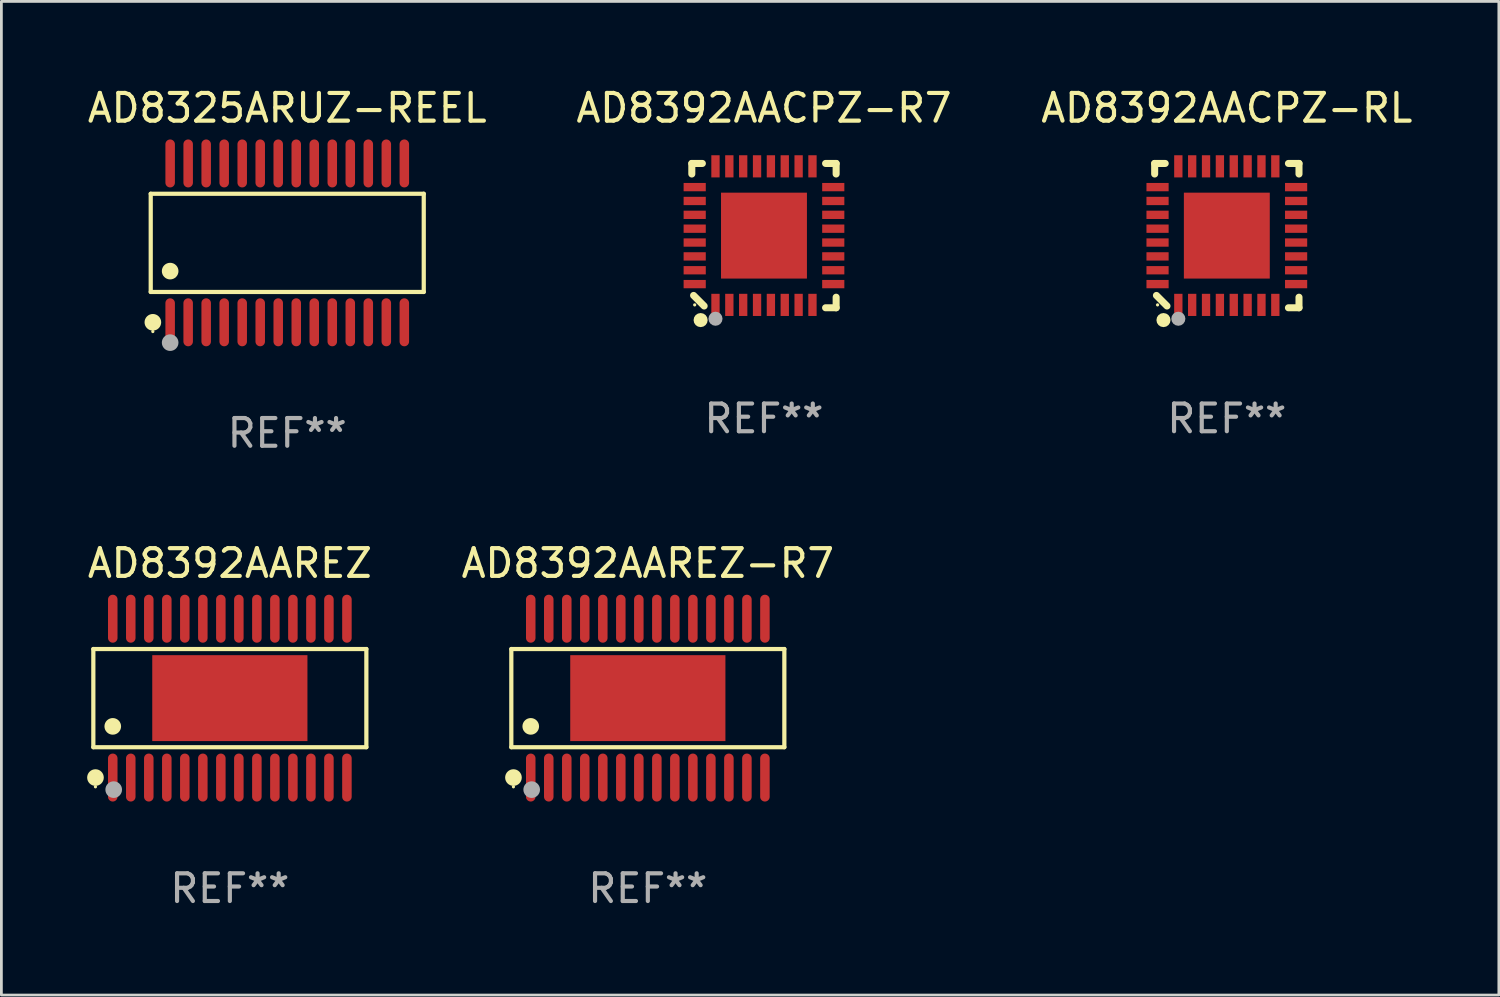
<source format=kicad_pcb>
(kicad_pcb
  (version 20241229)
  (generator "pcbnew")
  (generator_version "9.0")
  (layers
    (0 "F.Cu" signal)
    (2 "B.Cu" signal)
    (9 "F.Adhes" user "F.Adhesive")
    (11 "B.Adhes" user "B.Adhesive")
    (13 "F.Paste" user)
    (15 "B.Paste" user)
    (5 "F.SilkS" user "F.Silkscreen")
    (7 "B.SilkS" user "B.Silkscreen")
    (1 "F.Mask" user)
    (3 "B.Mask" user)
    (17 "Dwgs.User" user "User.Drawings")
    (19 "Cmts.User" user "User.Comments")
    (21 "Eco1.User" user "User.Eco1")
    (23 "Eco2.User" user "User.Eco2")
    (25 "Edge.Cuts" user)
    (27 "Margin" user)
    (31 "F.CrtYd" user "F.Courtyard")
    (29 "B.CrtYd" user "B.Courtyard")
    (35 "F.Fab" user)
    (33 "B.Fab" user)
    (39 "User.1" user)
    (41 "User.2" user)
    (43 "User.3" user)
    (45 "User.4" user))
  (footprint "AD8392AACPZ-RL"
    (layer "F.Cu")
    (at 41.22 5.452)
    (property "Reference" "AD8392AACPZ-RL" (at 0 -4.604 0) (layer "F.SilkS") (effects (font (size 1 1) (thickness 0.15))))
    (attr through_hole)
    (fp_line (start -2.604 -2.604) (end -2.604 -2.223) (stroke (width 0.254) (type solid)) (layer "F.SilkS"))
    (fp_line (start -2.54 2.159) (end -2.159 2.54) (stroke (width 0.254) (type solid)) (layer "F.SilkS"))
    (fp_line (start -2.223 -2.604) (end -2.604 -2.604) (stroke (width 0.254) (type solid)) (layer "F.SilkS"))
    (fp_line (start 2.223 2.604) (end 2.604 2.604) (stroke (width 0.254) (type solid)) (layer "F.SilkS"))
    (fp_line (start 2.604 -2.604) (end 2.223 -2.604) (stroke (width 0.254) (type solid)) (layer "F.SilkS"))
    (fp_line (start 2.604 -2.223) (end 2.604 -2.604) (stroke (width 0.254) (type solid)) (layer "F.SilkS"))
    (fp_line (start 2.604 2.604) (end 2.604 2.223) (stroke (width 0.254) (type solid)) (layer "F.SilkS"))
    (fp_circle (center -2.5 2.5) (end -2.47 2.5) (stroke (width 0.06) (type solid)) (fill no) (layer "F.SilkS"))
    (fp_circle (center -2.286 3.048) (end -2.159 3.048) (stroke (width 0.254) (type solid)) (fill no) (layer "F.SilkS"))
    (fp_circle (center -1.75 3) (end -1.623 3) (stroke (width 0.254) (type solid)) (fill no) (layer "F.Fab"))
    (fp_text user "REF**" (at 0 6.604 0) (layer "F.Fab") (effects (font (size 1 1) (thickness 0.15))))
    (pad "1" smd rect (at -1.75 2.5) (size 0.3 0.8) (layers "F.Cu" "F.Mask" "F.Paste"))
    (pad "2" smd rect (at -1.25 2.5) (size 0.3 0.8) (layers "F.Cu" "F.Mask" "F.Paste"))
    (pad "3" smd rect (at -0.75 2.5) (size 0.3 0.8) (layers "F.Cu" "F.Mask" "F.Paste"))
    (pad "4" smd rect (at -0.25 2.5) (size 0.3 0.8) (layers "F.Cu" "F.Mask" "F.Paste"))
    (pad "5" smd rect (at 0.25 2.5) (size 0.3 0.8) (layers "F.Cu" "F.Mask" "F.Paste"))
    (pad "6" smd rect (at 0.75 2.5) (size 0.3 0.8) (layers "F.Cu" "F.Mask" "F.Paste"))
    (pad "7" smd rect (at 1.25 2.5) (size 0.3 0.8) (layers "F.Cu" "F.Mask" "F.Paste"))
    (pad "8" smd rect (at 1.75 2.5) (size 0.3 0.8) (layers "F.Cu" "F.Mask" "F.Paste"))
    (pad "9" smd rect (at 2.5 1.75) (size 0.8 0.3) (layers "F.Cu" "F.Mask" "F.Paste"))
    (pad "10" smd rect (at 2.5 1.25) (size 0.8 0.3) (layers "F.Cu" "F.Mask" "F.Paste"))
    (pad "11" smd rect (at 2.5 0.75) (size 0.8 0.3) (layers "F.Cu" "F.Mask" "F.Paste"))
    (pad "12" smd rect (at 2.5 0.25) (size 0.8 0.3) (layers "F.Cu" "F.Mask" "F.Paste"))
    (pad "13" smd rect (at 2.5 -0.25) (size 0.8 0.3) (layers "F.Cu" "F.Mask" "F.Paste"))
    (pad "14" smd rect (at 2.5 -0.75) (size 0.8 0.3) (layers "F.Cu" "F.Mask" "F.Paste"))
    (pad "15" smd rect (at 2.5 -1.25) (size 0.8 0.3) (layers "F.Cu" "F.Mask" "F.Paste"))
    (pad "16" smd rect (at 2.5 -1.75) (size 0.8 0.3) (layers "F.Cu" "F.Mask" "F.Paste"))
    (pad "17" smd rect (at 1.75 -2.5) (size 0.3 0.8) (layers "F.Cu" "F.Mask" "F.Paste"))
    (pad "18" smd rect (at 1.25 -2.5) (size 0.3 0.8) (layers "F.Cu" "F.Mask" "F.Paste"))
    (pad "19" smd rect (at 0.75 -2.5) (size 0.3 0.8) (layers "F.Cu" "F.Mask" "F.Paste"))
    (pad "20" smd rect (at 0.25 -2.5) (size 0.3 0.8) (layers "F.Cu" "F.Mask" "F.Paste"))
    (pad "21" smd rect (at -0.25 -2.5) (size 0.3 0.8) (layers "F.Cu" "F.Mask" "F.Paste"))
    (pad "22" smd rect (at -0.75 -2.5) (size 0.3 0.8) (layers "F.Cu" "F.Mask" "F.Paste"))
    (pad "23" smd rect (at -1.25 -2.5) (size 0.3 0.8) (layers "F.Cu" "F.Mask" "F.Paste"))
    (pad "24" smd rect (at -1.75 -2.5) (size 0.3 0.8) (layers "F.Cu" "F.Mask" "F.Paste"))
    (pad "25" smd rect (at -2.5 -1.75) (size 0.8 0.3) (layers "F.Cu" "F.Mask" "F.Paste"))
    (pad "26" smd rect (at -2.5 -1.25) (size 0.8 0.3) (layers "F.Cu" "F.Mask" "F.Paste"))
    (pad "27" smd rect (at -2.5 -0.75) (size 0.8 0.3) (layers "F.Cu" "F.Mask" "F.Paste"))
    (pad "28" smd rect (at -2.5 -0.25) (size 0.8 0.3) (layers "F.Cu" "F.Mask" "F.Paste"))
    (pad "29" smd rect (at -2.5 0.25) (size 0.8 0.3) (layers "F.Cu" "F.Mask" "F.Paste"))
    (pad "30" smd rect (at -2.5 0.75) (size 0.8 0.3) (layers "F.Cu" "F.Mask" "F.Paste"))
    (pad "31" smd rect (at -2.5 1.25) (size 0.8 0.3) (layers "F.Cu" "F.Mask" "F.Paste"))
    (pad "32" smd rect (at -2.5 1.75) (size 0.8 0.3) (layers "F.Cu" "F.Mask" "F.Paste"))
    (pad "33" smd rect (at 0 -0.000025) (size 3.1 3.1) (layers "F.Cu" "F.Mask" "F.Paste")))
  (footprint "AD8392AAREZ-R7"
    (layer "F.Cu")
    (at 20.327 22.142)
    (property "Reference" "AD8392AAREZ-R7" (at 0 -4.866 0) (layer "F.SilkS") (effects (font (size 1 1) (thickness 0.15))))
    (attr through_hole)
    (fp_line (start -4.926 -1.772) (end 4.926 -1.772) (stroke (width 0.152) (type solid)) (layer "F.SilkS"))
    (fp_line (start -4.926 1.771) (end -4.926 -1.772) (stroke (width 0.152) (type solid)) (layer "F.SilkS"))
    (fp_line (start 4.926 -1.772) (end 4.926 1.771) (stroke (width 0.152) (type solid)) (layer "F.SilkS"))
    (fp_line (start 4.926 1.771) (end -4.926 1.771) (stroke (width 0.152) (type solid)) (layer "F.SilkS"))
    (fp_circle (center -4.85 3.2) (end -4.82 3.2) (stroke (width 0.06) (type solid)) (fill no) (layer "F.SilkS"))
    (fp_circle (center -4.849 2.866) (end -4.699 2.866) (stroke (width 0.3) (type solid)) (fill no) (layer "F.SilkS"))
    (fp_circle (center -4.225 1.019) (end -4.075 1.019) (stroke (width 0.3) (type solid)) (fill no) (layer "F.SilkS"))
    (fp_circle (center -4.191 3.302) (end -4.041 3.302) (stroke (width 0.3) (type solid)) (fill no) (layer "F.Fab"))
    (fp_text user "REF**" (at 0 6.866 0) (layer "F.Fab") (effects (font (size 1 1) (thickness 0.15))))
    (pad "1" smd oval (at -4.225 2.866) (size 0.343 1.731) (layers "F.Cu" "F.Mask" "F.Paste"))
    (pad "2" smd oval (at -3.575 2.866) (size 0.343 1.731) (layers "F.Cu" "F.Mask" "F.Paste"))
    (pad "3" smd oval (at -2.925 2.866) (size 0.343 1.731) (layers "F.Cu" "F.Mask" "F.Paste"))
    (pad "4" smd oval (at -2.275 2.866) (size 0.343 1.731) (layers "F.Cu" "F.Mask" "F.Paste"))
    (pad "5" smd oval (at -1.625 2.866) (size 0.343 1.731) (layers "F.Cu" "F.Mask" "F.Paste"))
    (pad "6" smd oval (at -0.975 2.866) (size 0.343 1.731) (layers "F.Cu" "F.Mask" "F.Paste"))
    (pad "7" smd oval (at -0.325 2.866) (size 0.343 1.731) (layers "F.Cu" "F.Mask" "F.Paste"))
    (pad "8" smd oval (at 0.325 2.866) (size 0.343 1.731) (layers "F.Cu" "F.Mask" "F.Paste"))
    (pad "9" smd oval (at 0.975 2.866) (size 0.343 1.731) (layers "F.Cu" "F.Mask" "F.Paste"))
    (pad "10" smd oval (at 1.625 2.866) (size 0.343 1.731) (layers "F.Cu" "F.Mask" "F.Paste"))
    (pad "11" smd oval (at 2.275 2.866) (size 0.343 1.731) (layers "F.Cu" "F.Mask" "F.Paste"))
    (pad "12" smd oval (at 2.925 2.866) (size 0.343 1.731) (layers "F.Cu" "F.Mask" "F.Paste"))
    (pad "13" smd oval (at 3.575 2.866) (size 0.343 1.731) (layers "F.Cu" "F.Mask" "F.Paste"))
    (pad "14" smd oval (at 4.225 2.866) (size 0.343 1.731) (layers "F.Cu" "F.Mask" "F.Paste"))
    (pad "15" smd oval (at 4.225 -2.866) (size 0.343 1.731) (layers "F.Cu" "F.Mask" "F.Paste"))
    (pad "16" smd oval (at 3.575 -2.866) (size 0.343 1.731) (layers "F.Cu" "F.Mask" "F.Paste"))
    (pad "17" smd oval (at 2.925 -2.866) (size 0.343 1.731) (layers "F.Cu" "F.Mask" "F.Paste"))
    (pad "18" smd oval (at 2.275 -2.866) (size 0.343 1.731) (layers "F.Cu" "F.Mask" "F.Paste"))
    (pad "19" smd oval (at 1.625 -2.866) (size 0.343 1.731) (layers "F.Cu" "F.Mask" "F.Paste"))
    (pad "20" smd oval (at 0.975 -2.866) (size 0.343 1.731) (layers "F.Cu" "F.Mask" "F.Paste"))
    (pad "21" smd oval (at 0.325 -2.866) (size 0.343 1.731) (layers "F.Cu" "F.Mask" "F.Paste"))
    (pad "22" smd oval (at -0.325 -2.866) (size 0.343 1.731) (layers "F.Cu" "F.Mask" "F.Paste"))
    (pad "23" smd oval (at -0.975 -2.866) (size 0.343 1.731) (layers "F.Cu" "F.Mask" "F.Paste"))
    (pad "24" smd oval (at -1.625 -2.866) (size 0.343 1.731) (layers "F.Cu" "F.Mask" "F.Paste"))
    (pad "25" smd oval (at -2.275 -2.866) (size 0.343 1.731) (layers "F.Cu" "F.Mask" "F.Paste"))
    (pad "26" smd oval (at -2.925 -2.866) (size 0.343 1.731) (layers "F.Cu" "F.Mask" "F.Paste"))
    (pad "27" smd oval (at -3.575 -2.866) (size 0.343 1.731) (layers "F.Cu" "F.Mask" "F.Paste"))
    (pad "28" smd oval (at -4.225 -2.866) (size 0.343 1.731) (layers "F.Cu" "F.Mask" "F.Paste"))
    (pad "29" smd rect (at 0 0.000127) (size 5.6 3.1) (layers "F.Cu" "F.Mask" "F.Paste")))
  (footprint "AD8325ARUZ-REEL"
    (layer "F.Cu")
    (at 7.315 5.714)
    (property "Reference" "AD8325ARUZ-REEL" (at 0 -4.866 0) (layer "F.SilkS") (effects (font (size 1 1) (thickness 0.15))))
    (attr through_hole)
    (fp_line (start -4.926 -1.772) (end 4.926 -1.772) (stroke (width 0.152) (type solid)) (layer "F.SilkS"))
    (fp_line (start -4.926 1.771) (end -4.926 -1.772) (stroke (width 0.152) (type solid)) (layer "F.SilkS"))
    (fp_line (start 4.926 -1.772) (end 4.926 1.771) (stroke (width 0.152) (type solid)) (layer "F.SilkS"))
    (fp_line (start 4.926 1.771) (end -4.926 1.771) (stroke (width 0.152) (type solid)) (layer "F.SilkS"))
    (fp_circle (center -4.85 3.2) (end -4.82 3.2) (stroke (width 0.06) (type solid)) (fill no) (layer "F.SilkS"))
    (fp_circle (center -4.849 2.866) (end -4.699 2.866) (stroke (width 0.3) (type solid)) (fill no) (layer "F.SilkS"))
    (fp_circle (center -4.225 1.019) (end -4.075 1.019) (stroke (width 0.3) (type solid)) (fill no) (layer "F.SilkS"))
    (fp_circle (center -4.225 3.6) (end -4.075 3.6) (stroke (width 0.3) (type solid)) (fill no) (layer "F.Fab"))
    (fp_text user "REF**" (at 0 6.866 0) (layer "F.Fab") (effects (font (size 1 1) (thickness 0.15))))
    (pad "1" smd oval (at -4.225 2.866) (size 0.343 1.731) (layers "F.Cu" "F.Mask" "F.Paste"))
    (pad "2" smd oval (at -3.575 2.866) (size 0.343 1.731) (layers "F.Cu" "F.Mask" "F.Paste"))
    (pad "3" smd oval (at -2.925 2.866) (size 0.343 1.731) (layers "F.Cu" "F.Mask" "F.Paste"))
    (pad "4" smd oval (at -2.275 2.866) (size 0.343 1.731) (layers "F.Cu" "F.Mask" "F.Paste"))
    (pad "5" smd oval (at -1.625 2.866) (size 0.343 1.731) (layers "F.Cu" "F.Mask" "F.Paste"))
    (pad "6" smd oval (at -0.975 2.866) (size 0.343 1.731) (layers "F.Cu" "F.Mask" "F.Paste"))
    (pad "7" smd oval (at -0.325 2.866) (size 0.343 1.731) (layers "F.Cu" "F.Mask" "F.Paste"))
    (pad "8" smd oval (at 0.325 2.866) (size 0.343 1.731) (layers "F.Cu" "F.Mask" "F.Paste"))
    (pad "9" smd oval (at 0.975 2.866) (size 0.343 1.731) (layers "F.Cu" "F.Mask" "F.Paste"))
    (pad "10" smd oval (at 1.625 2.866) (size 0.343 1.731) (layers "F.Cu" "F.Mask" "F.Paste"))
    (pad "11" smd oval (at 2.275 2.866) (size 0.343 1.731) (layers "F.Cu" "F.Mask" "F.Paste"))
    (pad "12" smd oval (at 2.925 2.866) (size 0.343 1.731) (layers "F.Cu" "F.Mask" "F.Paste"))
    (pad "13" smd oval (at 3.575 2.866) (size 0.343 1.731) (layers "F.Cu" "F.Mask" "F.Paste"))
    (pad "14" smd oval (at 4.225 2.866) (size 0.343 1.731) (layers "F.Cu" "F.Mask" "F.Paste"))
    (pad "15" smd oval (at 4.225 -2.866) (size 0.343 1.731) (layers "F.Cu" "F.Mask" "F.Paste"))
    (pad "16" smd oval (at 3.575 -2.866) (size 0.343 1.731) (layers "F.Cu" "F.Mask" "F.Paste"))
    (pad "17" smd oval (at 2.925 -2.866) (size 0.343 1.731) (layers "F.Cu" "F.Mask" "F.Paste"))
    (pad "18" smd oval (at 2.275 -2.866) (size 0.343 1.731) (layers "F.Cu" "F.Mask" "F.Paste"))
    (pad "19" smd oval (at 1.625 -2.866) (size 0.343 1.731) (layers "F.Cu" "F.Mask" "F.Paste"))
    (pad "20" smd oval (at 0.975 -2.866) (size 0.343 1.731) (layers "F.Cu" "F.Mask" "F.Paste"))
    (pad "21" smd oval (at 0.325 -2.866) (size 0.343 1.731) (layers "F.Cu" "F.Mask" "F.Paste"))
    (pad "22" smd oval (at -0.325 -2.866) (size 0.343 1.731) (layers "F.Cu" "F.Mask" "F.Paste"))
    (pad "23" smd oval (at -0.975 -2.866) (size 0.343 1.731) (layers "F.Cu" "F.Mask" "F.Paste"))
    (pad "24" smd oval (at -1.625 -2.866) (size 0.343 1.731) (layers "F.Cu" "F.Mask" "F.Paste"))
    (pad "25" smd oval (at -2.275 -2.866) (size 0.343 1.731) (layers "F.Cu" "F.Mask" "F.Paste"))
    (pad "26" smd oval (at -2.925 -2.866) (size 0.343 1.731) (layers "F.Cu" "F.Mask" "F.Paste"))
    (pad "27" smd oval (at -3.575 -2.866) (size 0.343 1.731) (layers "F.Cu" "F.Mask" "F.Paste"))
    (pad "28" smd oval (at -4.225 -2.866) (size 0.343 1.731) (layers "F.Cu" "F.Mask" "F.Paste")))
  (footprint "AD8392AAREZ"
    (layer "F.Cu")
    (at 5.244 22.142)
    (property "Reference" "AD8392AAREZ" (at 0 -4.866 0) (layer "F.SilkS") (effects (font (size 1 1) (thickness 0.15))))
    (attr through_hole)
    (fp_line (start -4.926 -1.772) (end 4.926 -1.772) (stroke (width 0.152) (type solid)) (layer "F.SilkS"))
    (fp_line (start -4.926 1.771) (end -4.926 -1.772) (stroke (width 0.152) (type solid)) (layer "F.SilkS"))
    (fp_line (start 4.926 -1.772) (end 4.926 1.771) (stroke (width 0.152) (type solid)) (layer "F.SilkS"))
    (fp_line (start 4.926 1.771) (end -4.926 1.771) (stroke (width 0.152) (type solid)) (layer "F.SilkS"))
    (fp_circle (center -4.85 3.2) (end -4.82 3.2) (stroke (width 0.06) (type solid)) (fill no) (layer "F.SilkS"))
    (fp_circle (center -4.849 2.866) (end -4.699 2.866) (stroke (width 0.3) (type solid)) (fill no) (layer "F.SilkS"))
    (fp_circle (center -4.225 1.019) (end -4.075 1.019) (stroke (width 0.3) (type solid)) (fill no) (layer "F.SilkS"))
    (fp_circle (center -4.191 3.302) (end -4.041 3.302) (stroke (width 0.3) (type solid)) (fill no) (layer "F.Fab"))
    (fp_text user "REF**" (at 0 6.866 0) (layer "F.Fab") (effects (font (size 1 1) (thickness 0.15))))
    (pad "1" smd oval (at -4.225 2.866) (size 0.343 1.731) (layers "F.Cu" "F.Mask" "F.Paste"))
    (pad "2" smd oval (at -3.575 2.866) (size 0.343 1.731) (layers "F.Cu" "F.Mask" "F.Paste"))
    (pad "3" smd oval (at -2.925 2.866) (size 0.343 1.731) (layers "F.Cu" "F.Mask" "F.Paste"))
    (pad "4" smd oval (at -2.275 2.866) (size 0.343 1.731) (layers "F.Cu" "F.Mask" "F.Paste"))
    (pad "5" smd oval (at -1.625 2.866) (size 0.343 1.731) (layers "F.Cu" "F.Mask" "F.Paste"))
    (pad "6" smd oval (at -0.975 2.866) (size 0.343 1.731) (layers "F.Cu" "F.Mask" "F.Paste"))
    (pad "7" smd oval (at -0.325 2.866) (size 0.343 1.731) (layers "F.Cu" "F.Mask" "F.Paste"))
    (pad "8" smd oval (at 0.325 2.866) (size 0.343 1.731) (layers "F.Cu" "F.Mask" "F.Paste"))
    (pad "9" smd oval (at 0.975 2.866) (size 0.343 1.731) (layers "F.Cu" "F.Mask" "F.Paste"))
    (pad "10" smd oval (at 1.625 2.866) (size 0.343 1.731) (layers "F.Cu" "F.Mask" "F.Paste"))
    (pad "11" smd oval (at 2.275 2.866) (size 0.343 1.731) (layers "F.Cu" "F.Mask" "F.Paste"))
    (pad "12" smd oval (at 2.925 2.866) (size 0.343 1.731) (layers "F.Cu" "F.Mask" "F.Paste"))
    (pad "13" smd oval (at 3.575 2.866) (size 0.343 1.731) (layers "F.Cu" "F.Mask" "F.Paste"))
    (pad "14" smd oval (at 4.225 2.866) (size 0.343 1.731) (layers "F.Cu" "F.Mask" "F.Paste"))
    (pad "15" smd oval (at 4.225 -2.866) (size 0.343 1.731) (layers "F.Cu" "F.Mask" "F.Paste"))
    (pad "16" smd oval (at 3.575 -2.866) (size 0.343 1.731) (layers "F.Cu" "F.Mask" "F.Paste"))
    (pad "17" smd oval (at 2.925 -2.866) (size 0.343 1.731) (layers "F.Cu" "F.Mask" "F.Paste"))
    (pad "18" smd oval (at 2.275 -2.866) (size 0.343 1.731) (layers "F.Cu" "F.Mask" "F.Paste"))
    (pad "19" smd oval (at 1.625 -2.866) (size 0.343 1.731) (layers "F.Cu" "F.Mask" "F.Paste"))
    (pad "20" smd oval (at 0.975 -2.866) (size 0.343 1.731) (layers "F.Cu" "F.Mask" "F.Paste"))
    (pad "21" smd oval (at 0.325 -2.866) (size 0.343 1.731) (layers "F.Cu" "F.Mask" "F.Paste"))
    (pad "22" smd oval (at -0.325 -2.866) (size 0.343 1.731) (layers "F.Cu" "F.Mask" "F.Paste"))
    (pad "23" smd oval (at -0.975 -2.866) (size 0.343 1.731) (layers "F.Cu" "F.Mask" "F.Paste"))
    (pad "24" smd oval (at -1.625 -2.866) (size 0.343 1.731) (layers "F.Cu" "F.Mask" "F.Paste"))
    (pad "25" smd oval (at -2.275 -2.866) (size 0.343 1.731) (layers "F.Cu" "F.Mask" "F.Paste"))
    (pad "26" smd oval (at -2.925 -2.866) (size 0.343 1.731) (layers "F.Cu" "F.Mask" "F.Paste"))
    (pad "27" smd oval (at -3.575 -2.866) (size 0.343 1.731) (layers "F.Cu" "F.Mask" "F.Paste"))
    (pad "28" smd oval (at -4.225 -2.866) (size 0.343 1.731) (layers "F.Cu" "F.Mask" "F.Paste"))
    (pad "29" smd rect (at 0 0.000127) (size 5.6 3.1) (layers "F.Cu" "F.Mask" "F.Paste")))
  (footprint "AD8392AACPZ-R7"
    (layer "F.Cu")
    (at 24.518 5.452)
    (property "Reference" "AD8392AACPZ-R7" (at 0 -4.604 0) (layer "F.SilkS") (effects (font (size 1 1) (thickness 0.15))))
    (attr through_hole)
    (fp_line (start -2.604 -2.604) (end -2.604 -2.223) (stroke (width 0.254) (type solid)) (layer "F.SilkS"))
    (fp_line (start -2.54 2.159) (end -2.159 2.54) (stroke (width 0.254) (type solid)) (layer "F.SilkS"))
    (fp_line (start -2.223 -2.604) (end -2.604 -2.604) (stroke (width 0.254) (type solid)) (layer "F.SilkS"))
    (fp_line (start 2.223 2.604) (end 2.604 2.604) (stroke (width 0.254) (type solid)) (layer "F.SilkS"))
    (fp_line (start 2.604 -2.604) (end 2.223 -2.604) (stroke (width 0.254) (type solid)) (layer "F.SilkS"))
    (fp_line (start 2.604 -2.223) (end 2.604 -2.604) (stroke (width 0.254) (type solid)) (layer "F.SilkS"))
    (fp_line (start 2.604 2.604) (end 2.604 2.223) (stroke (width 0.254) (type solid)) (layer "F.SilkS"))
    (fp_circle (center -2.5 2.5) (end -2.47 2.5) (stroke (width 0.06) (type solid)) (fill no) (layer "F.SilkS"))
    (fp_circle (center -2.286 3.048) (end -2.159 3.048) (stroke (width 0.254) (type solid)) (fill no) (layer "F.SilkS"))
    (fp_circle (center -1.75 3) (end -1.623 3) (stroke (width 0.254) (type solid)) (fill no) (layer "F.Fab"))
    (fp_text user "REF**" (at 0 6.604 0) (layer "F.Fab") (effects (font (size 1 1) (thickness 0.15))))
    (pad "1" smd rect (at -1.75 2.5) (size 0.3 0.8) (layers "F.Cu" "F.Mask" "F.Paste"))
    (pad "2" smd rect (at -1.25 2.5) (size 0.3 0.8) (layers "F.Cu" "F.Mask" "F.Paste"))
    (pad "3" smd rect (at -0.75 2.5) (size 0.3 0.8) (layers "F.Cu" "F.Mask" "F.Paste"))
    (pad "4" smd rect (at -0.25 2.5) (size 0.3 0.8) (layers "F.Cu" "F.Mask" "F.Paste"))
    (pad "5" smd rect (at 0.25 2.5) (size 0.3 0.8) (layers "F.Cu" "F.Mask" "F.Paste"))
    (pad "6" smd rect (at 0.75 2.5) (size 0.3 0.8) (layers "F.Cu" "F.Mask" "F.Paste"))
    (pad "7" smd rect (at 1.25 2.5) (size 0.3 0.8) (layers "F.Cu" "F.Mask" "F.Paste"))
    (pad "8" smd rect (at 1.75 2.5) (size 0.3 0.8) (layers "F.Cu" "F.Mask" "F.Paste"))
    (pad "9" smd rect (at 2.5 1.75) (size 0.8 0.3) (layers "F.Cu" "F.Mask" "F.Paste"))
    (pad "10" smd rect (at 2.5 1.25) (size 0.8 0.3) (layers "F.Cu" "F.Mask" "F.Paste"))
    (pad "11" smd rect (at 2.5 0.75) (size 0.8 0.3) (layers "F.Cu" "F.Mask" "F.Paste"))
    (pad "12" smd rect (at 2.5 0.25) (size 0.8 0.3) (layers "F.Cu" "F.Mask" "F.Paste"))
    (pad "13" smd rect (at 2.5 -0.25) (size 0.8 0.3) (layers "F.Cu" "F.Mask" "F.Paste"))
    (pad "14" smd rect (at 2.5 -0.75) (size 0.8 0.3) (layers "F.Cu" "F.Mask" "F.Paste"))
    (pad "15" smd rect (at 2.5 -1.25) (size 0.8 0.3) (layers "F.Cu" "F.Mask" "F.Paste"))
    (pad "16" smd rect (at 2.5 -1.75) (size 0.8 0.3) (layers "F.Cu" "F.Mask" "F.Paste"))
    (pad "17" smd rect (at 1.75 -2.5) (size 0.3 0.8) (layers "F.Cu" "F.Mask" "F.Paste"))
    (pad "18" smd rect (at 1.25 -2.5) (size 0.3 0.8) (layers "F.Cu" "F.Mask" "F.Paste"))
    (pad "19" smd rect (at 0.75 -2.5) (size 0.3 0.8) (layers "F.Cu" "F.Mask" "F.Paste"))
    (pad "20" smd rect (at 0.25 -2.5) (size 0.3 0.8) (layers "F.Cu" "F.Mask" "F.Paste"))
    (pad "21" smd rect (at -0.25 -2.5) (size 0.3 0.8) (layers "F.Cu" "F.Mask" "F.Paste"))
    (pad "22" smd rect (at -0.75 -2.5) (size 0.3 0.8) (layers "F.Cu" "F.Mask" "F.Paste"))
    (pad "23" smd rect (at -1.25 -2.5) (size 0.3 0.8) (layers "F.Cu" "F.Mask" "F.Paste"))
    (pad "24" smd rect (at -1.75 -2.5) (size 0.3 0.8) (layers "F.Cu" "F.Mask" "F.Paste"))
    (pad "25" smd rect (at -2.5 -1.75) (size 0.8 0.3) (layers "F.Cu" "F.Mask" "F.Paste"))
    (pad "26" smd rect (at -2.5 -1.25) (size 0.8 0.3) (layers "F.Cu" "F.Mask" "F.Paste"))
    (pad "27" smd rect (at -2.5 -0.75) (size 0.8 0.3) (layers "F.Cu" "F.Mask" "F.Paste"))
    (pad "28" smd rect (at -2.5 -0.25) (size 0.8 0.3) (layers "F.Cu" "F.Mask" "F.Paste"))
    (pad "29" smd rect (at -2.5 0.25) (size 0.8 0.3) (layers "F.Cu" "F.Mask" "F.Paste"))
    (pad "30" smd rect (at -2.5 0.75) (size 0.8 0.3) (layers "F.Cu" "F.Mask" "F.Paste"))
    (pad "31" smd rect (at -2.5 1.25) (size 0.8 0.3) (layers "F.Cu" "F.Mask" "F.Paste"))
    (pad "32" smd rect (at -2.5 1.75) (size 0.8 0.3) (layers "F.Cu" "F.Mask" "F.Paste"))
    (pad "33" smd rect (at 0 -0.000025) (size 3.1 3.1) (layers "F.Cu" "F.Mask" "F.Paste")))
  (gr_rect
    (start -3 -3)
    (end 51.036 32.856)
    (stroke (width 0.1) (type default))
    (fill no)
    (layer "Edge.Cuts")))
</source>
